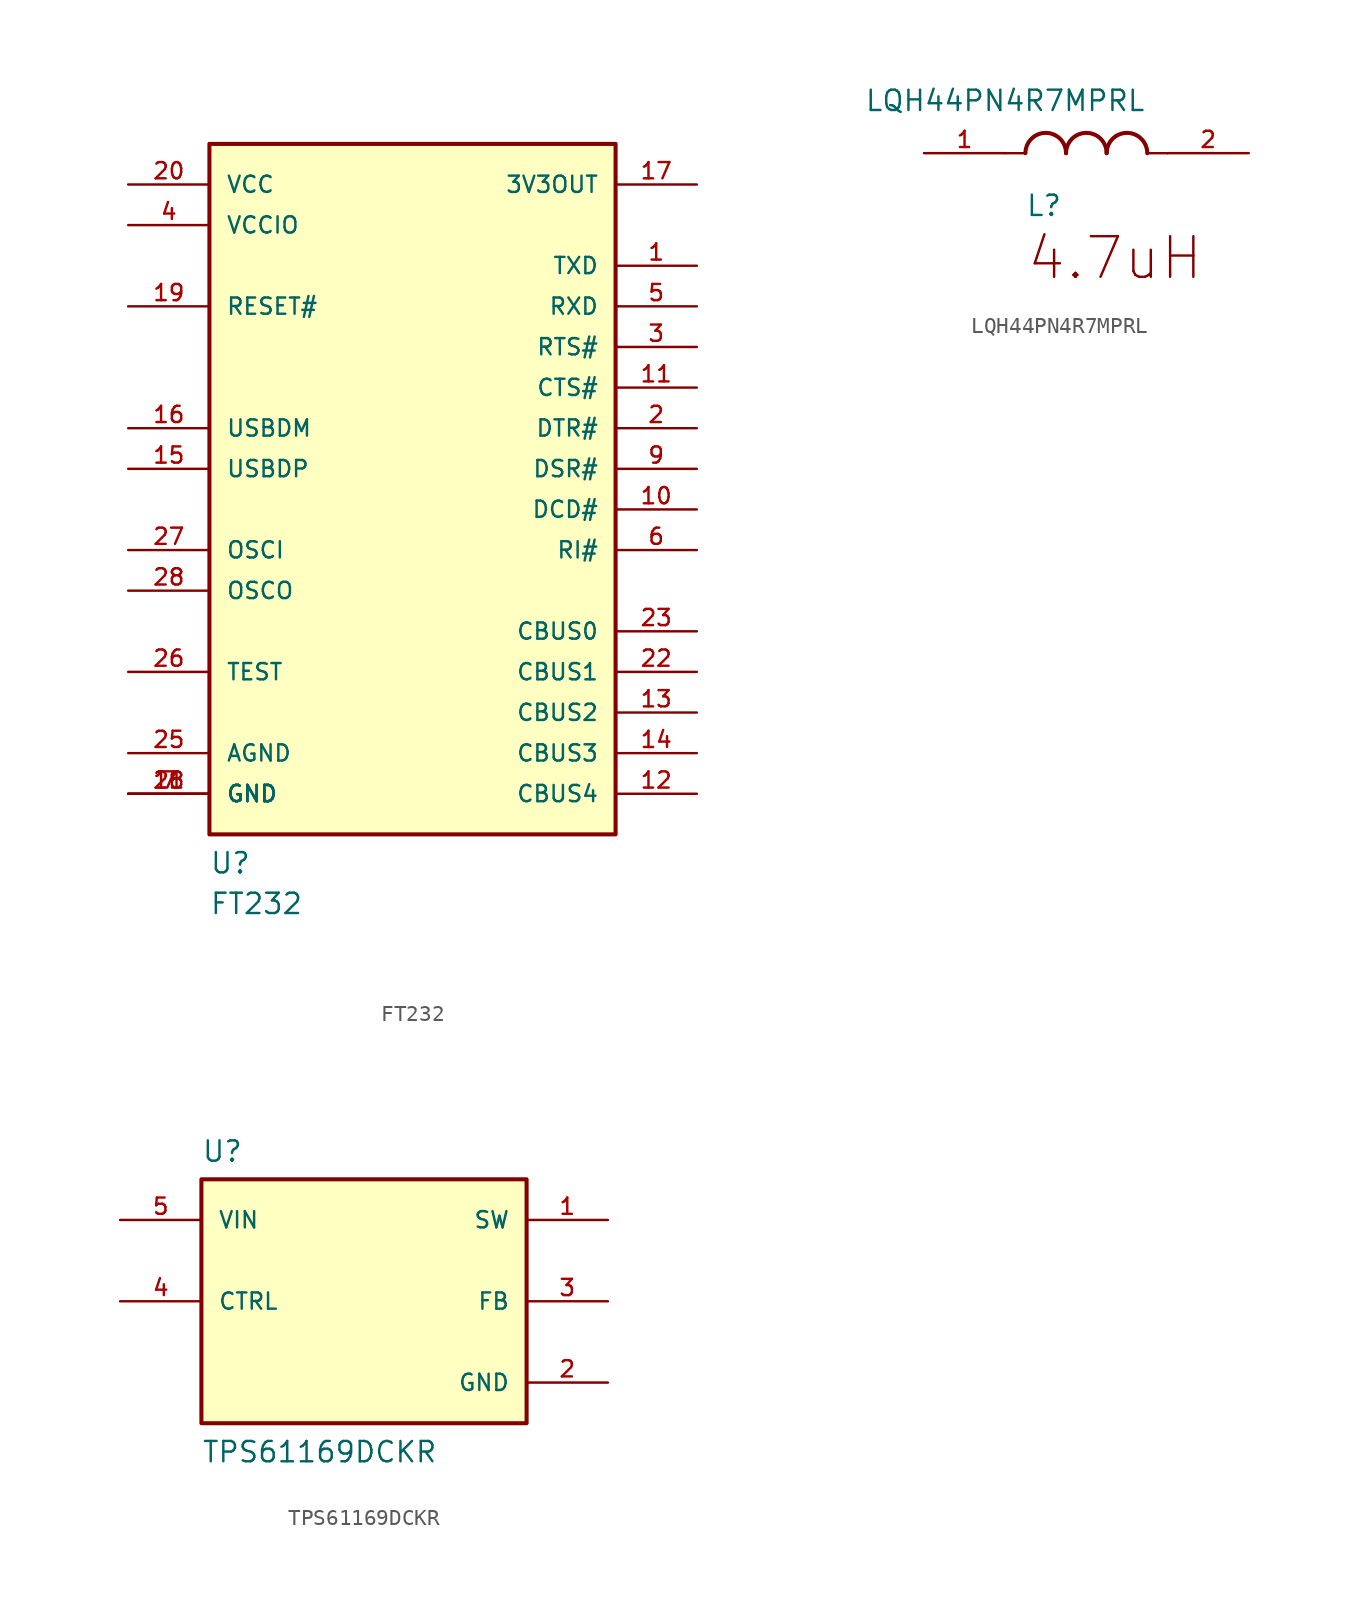
<source format=kicad_sym>
(kicad_symbol_lib
  (version 20231120)
  (generator "kicad_symbol_editor")
  (generator_version "8.0")
  (symbol "FT232"
    (pin_names
      (offset 1.016))
    (property "Reference" "U"
      (at -12.7 -22.86 0)
      (effects (font (size 1.27 1.27)) (justify left bottom)))
    (property "Value" "FT232"
      (at -12.7 -25.4 0)
      (effects (font (size 1.27 1.27)) (justify left bottom)))
    (symbol "FT232_0_0"
      (rectangle (start -12.7 -20.32) (end 12.7 22.86) (stroke (width 0.254) (type default)) (fill (type background)))
      (pin bidirectional line (at 17.78 15.24 180) (length 5.08) (name "TXD" (effects (font (size 1.016 1.016)))) (number "1" (effects (font (size 1.016 1.016)))))
      (pin bidirectional line (at 17.78 0 180) (length 5.08) (name "DCD#" (effects (font (size 1.016 1.016)))) (number "10" (effects (font (size 1.016 1.016)))))
      (pin bidirectional line (at 17.78 7.62 180) (length 5.08) (name "CTS#" (effects (font (size 1.016 1.016)))) (number "11" (effects (font (size 1.016 1.016)))))
      (pin bidirectional line (at 17.78 -17.78 180) (length 5.08) (name "CBUS4" (effects (font (size 1.016 1.016)))) (number "12" (effects (font (size 1.016 1.016)))))
      (pin bidirectional line (at 17.78 -12.7 180) (length 5.08) (name "CBUS2" (effects (font (size 1.016 1.016)))) (number "13" (effects (font (size 1.016 1.016)))))
      (pin bidirectional line (at 17.78 -15.24 180) (length 5.08) (name "CBUS3" (effects (font (size 1.016 1.016)))) (number "14" (effects (font (size 1.016 1.016)))))
      (pin bidirectional line (at -17.78 2.54 0) (length 5.08) (name "USBDP" (effects (font (size 1.016 1.016)))) (number "15" (effects (font (size 1.016 1.016)))))
      (pin bidirectional line (at -17.78 5.08 0) (length 5.08) (name "USBDM" (effects (font (size 1.016 1.016)))) (number "16" (effects (font (size 1.016 1.016)))))
      (pin bidirectional line (at 17.78 20.32 180) (length 5.08) (name "3V3OUT" (effects (font (size 1.016 1.016)))) (number "17" (effects (font (size 1.016 1.016)))))
      (pin bidirectional line (at -17.78 -17.78 0) (length 5.08) (name "GND" (effects (font (size 1.016 1.016)))) (number "18" (effects (font (size 1.016 1.016)))))
      (pin bidirectional line (at -17.78 12.7 0) (length 5.08) (name "RESET#" (effects (font (size 1.016 1.016)))) (number "19" (effects (font (size 1.016 1.016)))))
      (pin bidirectional line (at 17.78 5.08 180) (length 5.08) (name "DTR#" (effects (font (size 1.016 1.016)))) (number "2" (effects (font (size 1.016 1.016)))))
      (pin bidirectional line (at -17.78 20.32 0) (length 5.08) (name "VCC" (effects (font (size 1.016 1.016)))) (number "20" (effects (font (size 1.016 1.016)))))
      (pin bidirectional line (at -17.78 -17.78 0) (length 5.08) (name "GND" (effects (font (size 1.016 1.016)))) (number "21" (effects (font (size 1.016 1.016)))))
      (pin bidirectional line (at 17.78 -10.16 180) (length 5.08) (name "CBUS1" (effects (font (size 1.016 1.016)))) (number "22" (effects (font (size 1.016 1.016)))))
      (pin bidirectional line (at 17.78 -7.62 180) (length 5.08) (name "CBUS0" (effects (font (size 1.016 1.016)))) (number "23" (effects (font (size 1.016 1.016)))))
      (pin bidirectional line (at -17.78 -15.24 0) (length 5.08) (name "AGND" (effects (font (size 1.016 1.016)))) (number "25" (effects (font (size 1.016 1.016)))))
      (pin bidirectional line (at -17.78 -10.16 0) (length 5.08) (name "TEST" (effects (font (size 1.016 1.016)))) (number "26" (effects (font (size 1.016 1.016)))))
      (pin bidirectional line (at -17.78 -2.54 0) (length 5.08) (name "OSCI" (effects (font (size 1.016 1.016)))) (number "27" (effects (font (size 1.016 1.016)))))
      (pin bidirectional line (at -17.78 -5.08 0) (length 5.08) (name "OSCO" (effects (font (size 1.016 1.016)))) (number "28" (effects (font (size 1.016 1.016)))))
      (pin bidirectional line (at 17.78 10.16 180) (length 5.08) (name "RTS#" (effects (font (size 1.016 1.016)))) (number "3" (effects (font (size 1.016 1.016)))))
      (pin bidirectional line (at -17.78 17.78 0) (length 5.08) (name "VCCIO" (effects (font (size 1.016 1.016)))) (number "4" (effects (font (size 1.016 1.016)))))
      (pin bidirectional line (at 17.78 12.7 180) (length 5.08) (name "RXD" (effects (font (size 1.016 1.016)))) (number "5" (effects (font (size 1.016 1.016)))))
      (pin bidirectional line (at 17.78 -2.54 180) (length 5.08) (name "RI#" (effects (font (size 1.016 1.016)))) (number "6" (effects (font (size 1.016 1.016)))))
      (pin bidirectional line (at -17.78 -17.78 0) (length 5.08) (name "GND" (effects (font (size 1.016 1.016)))) (number "7" (effects (font (size 1.016 1.016)))))
      (pin bidirectional line (at 17.78 2.54 180) (length 5.08) (name "DSR#" (effects (font (size 1.016 1.016)))) (number "9" (effects (font (size 1.016 1.016)))))))
  (symbol "LQH44PN4R7MPRL"
    (pin_names
      (offset 1.016))
    (property "Reference" "L"
      (at 1.27 -5.08 0)
      (effects (font (size 1.27 1.27)) (justify left top)))
    (property "Value" "LQH44PN4R7MPRL"
      (at 0 0 0)
      (effects (font (size 1.27 1.27)) (justify bottom)))
    (symbol "LQH44PN4R7MPRL_0_0"
      (polyline (pts (xy 0 -2.54) (xy 1.27 -2.54)) (stroke (width 0.15) (type default)) (fill (type none)))
      (polyline (pts (xy 10.16 -2.54) (xy 8.89 -2.54)) (stroke (width 0.15) (type default)) (fill (type none)))
      (arc (start 3.81 -2.54) (mid 2.54 -1.2755) (end 1.27 -2.54) (stroke (width 0.254) (type default)) (fill (type none)))
      (arc (start 6.35 -2.54) (mid 5.08 -1.2755) (end 3.81 -2.54) (stroke (width 0.254) (type default)) (fill (type none)))
      (arc (start 8.89 -2.54) (mid 7.62 -1.2755) (end 6.35 -2.54) (stroke (width 0.254) (type default)) (fill (type none)))
      (text "4.7uH" (at 1.27 -7.62 0) (effects (font (size 2.54 2.54)) (justify left top)))
      (pin passive line (at -5.08 -2.54 0) (length 5.08) (name "~" (effects (font (size 1.016 1.016)))) (number "1" (effects (font (size 1.016 1.016)))))
      (pin passive line (at 15.24 -2.54 180) (length 5.08) (name "~" (effects (font (size 1.016 1.016)))) (number "2" (effects (font (size 1.016 1.016)))))))
  (symbol "TPS61169DCKR"
    (pin_names
      (offset 1.016))
    (property "Reference" "U"
      (at -10.16 8.62 0)
      (effects (font (size 1.27 1.27)) (justify left bottom)))
    (property "Value" "TPS61169DCKR"
      (at -10.16 -10.16 0)
      (effects (font (size 1.27 1.27)) (justify left bottom)))
    (symbol "TPS61169DCKR_0_0"
      (rectangle (start -10.16 -7.62) (end 10.16 7.62) (stroke (width 0.254) (type default)) (fill (type background)))
      (pin input line (at 15.24 5.08 180) (length 5.08) (name "SW" (effects (font (size 1.016 1.016)))) (number "1" (effects (font (size 1.016 1.016)))))
      (pin power_in line (at 15.24 -5.08 180) (length 5.08) (name "GND" (effects (font (size 1.016 1.016)))) (number "2" (effects (font (size 1.016 1.016)))))
      (pin input line (at 15.24 0 180) (length 5.08) (name "FB" (effects (font (size 1.016 1.016)))) (number "3" (effects (font (size 1.016 1.016)))))
      (pin input line (at -15.24 0 0) (length 5.08) (name "CTRL" (effects (font (size 1.016 1.016)))) (number "4" (effects (font (size 1.016 1.016)))))
      (pin input line (at -15.24 5.08 0) (length 5.08) (name "VIN" (effects (font (size 1.016 1.016)))) (number "5" (effects (font (size 1.016 1.016))))))))
</source>
